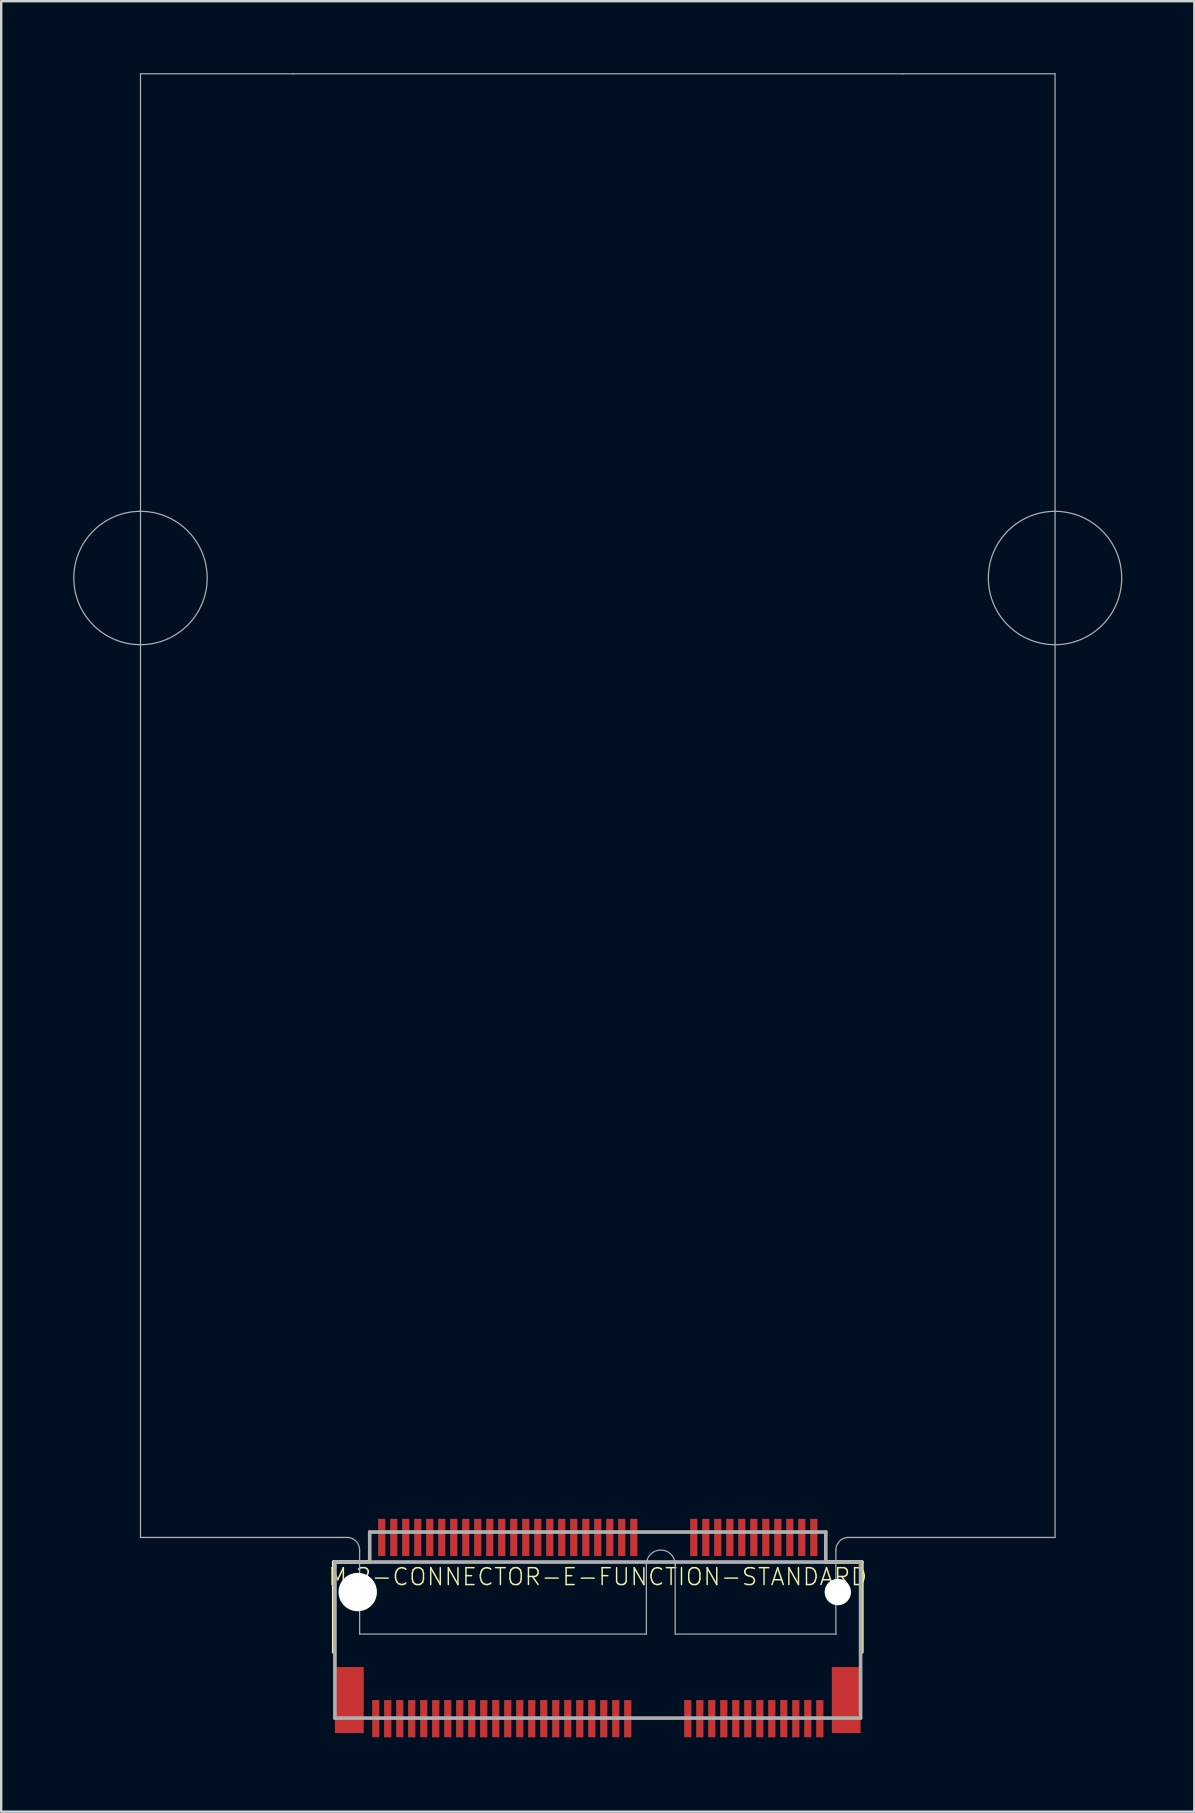
<source format=kicad_pcb>
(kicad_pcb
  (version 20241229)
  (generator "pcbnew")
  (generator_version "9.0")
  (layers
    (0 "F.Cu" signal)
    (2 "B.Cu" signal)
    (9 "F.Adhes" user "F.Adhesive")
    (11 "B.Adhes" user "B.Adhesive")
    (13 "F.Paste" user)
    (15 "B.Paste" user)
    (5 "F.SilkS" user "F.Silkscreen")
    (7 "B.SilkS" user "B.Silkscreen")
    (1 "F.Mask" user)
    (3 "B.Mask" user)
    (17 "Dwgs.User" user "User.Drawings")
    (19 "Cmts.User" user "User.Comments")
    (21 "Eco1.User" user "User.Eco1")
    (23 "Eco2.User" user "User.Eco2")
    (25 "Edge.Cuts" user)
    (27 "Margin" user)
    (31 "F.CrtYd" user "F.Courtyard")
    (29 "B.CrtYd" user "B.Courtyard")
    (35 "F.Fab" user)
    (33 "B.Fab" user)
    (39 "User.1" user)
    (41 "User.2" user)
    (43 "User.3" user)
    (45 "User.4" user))
  (footprint "M.2-CONNECTOR-E-FUNCTION-STANDARD"
    (layer "F.Cu")
    (at 21.853 63.275)
    (property "Reference" "M.2-CONNECTOR-E-FUNCTION-STANDARD" (at 0 -0.635 0) (unlocked yes) (layer "F.SilkS") (effects (font (size 0.701 0.701) (thickness 0.061))))
    (fp_line (start -11 2.5) (end -11 -1.25) (stroke (width 0.152) (type solid)) (layer "F.SilkS"))
    (fp_line (start -9.5 -1.25) (end -11 -1.25) (stroke (width 0.152) (type solid)) (layer "F.SilkS"))
    (fp_line (start 11 -1.25) (end 9.5 -1.25) (stroke (width 0.152) (type solid)) (layer "F.SilkS"))
    (fp_line (start 11 2.5) (end 11 -1.25) (stroke (width 0.152) (type solid)) (layer "F.SilkS"))
    (fp_poly (pts (xy -9.4 6.15) (xy -9.1 6.15) (xy -9.1 4.4) (xy -9.4 4.4)) (stroke (width 0) (type default)) (fill yes) (layer "F.Paste"))
    (fp_poly (pts (xy -9.15 -1.4) (xy -8.85 -1.4) (xy -8.85 -3.15) (xy -9.15 -3.15)) (stroke (width 0) (type default)) (fill yes) (layer "F.Paste"))
    (fp_poly (pts (xy -8.9 6.15) (xy -8.6 6.15) (xy -8.6 4.4) (xy -8.9 4.4)) (stroke (width 0) (type default)) (fill yes) (layer "F.Paste"))
    (fp_poly (pts (xy -8.65 -1.4) (xy -8.35 -1.4) (xy -8.35 -3.15) (xy -8.65 -3.15)) (stroke (width 0) (type default)) (fill yes) (layer "F.Paste"))
    (fp_poly (pts (xy -8.4 6.15) (xy -8.1 6.15) (xy -8.1 4.4) (xy -8.4 4.4)) (stroke (width 0) (type default)) (fill yes) (layer "F.Paste"))
    (fp_poly (pts (xy -8.15 -1.4) (xy -7.85 -1.4) (xy -7.85 -3.15) (xy -8.15 -3.15)) (stroke (width 0) (type default)) (fill yes) (layer "F.Paste"))
    (fp_poly (pts (xy -7.9 6.15) (xy -7.6 6.15) (xy -7.6 4.4) (xy -7.9 4.4)) (stroke (width 0) (type default)) (fill yes) (layer "F.Paste"))
    (fp_poly (pts (xy -7.65 -1.4) (xy -7.35 -1.4) (xy -7.35 -3.15) (xy -7.65 -3.15)) (stroke (width 0) (type default)) (fill yes) (layer "F.Paste"))
    (fp_poly (pts (xy -7.4 6.15) (xy -7.1 6.15) (xy -7.1 4.4) (xy -7.4 4.4)) (stroke (width 0) (type default)) (fill yes) (layer "F.Paste"))
    (fp_poly (pts (xy -7.15 -1.4) (xy -6.85 -1.4) (xy -6.85 -3.15) (xy -7.15 -3.15)) (stroke (width 0) (type default)) (fill yes) (layer "F.Paste"))
    (fp_poly (pts (xy -6.9 6.15) (xy -6.6 6.15) (xy -6.6 4.4) (xy -6.9 4.4)) (stroke (width 0) (type default)) (fill yes) (layer "F.Paste"))
    (fp_poly (pts (xy -6.65 -1.4) (xy -6.35 -1.4) (xy -6.35 -3.15) (xy -6.65 -3.15)) (stroke (width 0) (type default)) (fill yes) (layer "F.Paste"))
    (fp_poly (pts (xy -6.4 6.15) (xy -6.1 6.15) (xy -6.1 4.4) (xy -6.4 4.4)) (stroke (width 0) (type default)) (fill yes) (layer "F.Paste"))
    (fp_poly (pts (xy -6.15 -1.4) (xy -5.85 -1.4) (xy -5.85 -3.15) (xy -6.15 -3.15)) (stroke (width 0) (type default)) (fill yes) (layer "F.Paste"))
    (fp_poly (pts (xy -5.9 6.15) (xy -5.6 6.15) (xy -5.6 4.4) (xy -5.9 4.4)) (stroke (width 0) (type default)) (fill yes) (layer "F.Paste"))
    (fp_poly (pts (xy -5.65 -1.4) (xy -5.35 -1.4) (xy -5.35 -3.15) (xy -5.65 -3.15)) (stroke (width 0) (type default)) (fill yes) (layer "F.Paste"))
    (fp_poly (pts (xy -5.4 6.15) (xy -5.1 6.15) (xy -5.1 4.4) (xy -5.4 4.4)) (stroke (width 0) (type default)) (fill yes) (layer "F.Paste"))
    (fp_poly (pts (xy -5.15 -1.4) (xy -4.85 -1.4) (xy -4.85 -3.15) (xy -5.15 -3.15)) (stroke (width 0) (type default)) (fill yes) (layer "F.Paste"))
    (fp_poly (pts (xy -4.9 6.15) (xy -4.6 6.15) (xy -4.6 4.4) (xy -4.9 4.4)) (stroke (width 0) (type default)) (fill yes) (layer "F.Paste"))
    (fp_poly (pts (xy -4.65 -1.4) (xy -4.35 -1.4) (xy -4.35 -3.15) (xy -4.65 -3.15)) (stroke (width 0) (type default)) (fill yes) (layer "F.Paste"))
    (fp_poly (pts (xy -4.4 6.15) (xy -4.1 6.15) (xy -4.1 4.4) (xy -4.4 4.4)) (stroke (width 0) (type default)) (fill yes) (layer "F.Paste"))
    (fp_poly (pts (xy -4.15 -1.4) (xy -3.85 -1.4) (xy -3.85 -3.15) (xy -4.15 -3.15)) (stroke (width 0) (type default)) (fill yes) (layer "F.Paste"))
    (fp_poly (pts (xy -3.9 6.15) (xy -3.6 6.15) (xy -3.6 4.4) (xy -3.9 4.4)) (stroke (width 0) (type default)) (fill yes) (layer "F.Paste"))
    (fp_poly (pts (xy -3.65 -1.4) (xy -3.35 -1.4) (xy -3.35 -3.15) (xy -3.65 -3.15)) (stroke (width 0) (type default)) (fill yes) (layer "F.Paste"))
    (fp_poly (pts (xy -3.4 6.15) (xy -3.1 6.15) (xy -3.1 4.4) (xy -3.4 4.4)) (stroke (width 0) (type default)) (fill yes) (layer "F.Paste"))
    (fp_poly (pts (xy -3.15 -1.4) (xy -2.85 -1.4) (xy -2.85 -3.15) (xy -3.15 -3.15)) (stroke (width 0) (type default)) (fill yes) (layer "F.Paste"))
    (fp_poly (pts (xy -2.9 6.15) (xy -2.6 6.15) (xy -2.6 4.4) (xy -2.9 4.4)) (stroke (width 0) (type default)) (fill yes) (layer "F.Paste"))
    (fp_poly (pts (xy -2.65 -1.4) (xy -2.35 -1.4) (xy -2.35 -3.15) (xy -2.65 -3.15)) (stroke (width 0) (type default)) (fill yes) (layer "F.Paste"))
    (fp_poly (pts (xy -2.4 6.15) (xy -2.1 6.15) (xy -2.1 4.4) (xy -2.4 4.4)) (stroke (width 0) (type default)) (fill yes) (layer "F.Paste"))
    (fp_poly (pts (xy -2.15 -1.4) (xy -1.85 -1.4) (xy -1.85 -3.15) (xy -2.15 -3.15)) (stroke (width 0) (type default)) (fill yes) (layer "F.Paste"))
    (fp_poly (pts (xy -1.9 6.15) (xy -1.6 6.15) (xy -1.6 4.4) (xy -1.9 4.4)) (stroke (width 0) (type default)) (fill yes) (layer "F.Paste"))
    (fp_poly (pts (xy -1.65 -1.4) (xy -1.35 -1.4) (xy -1.35 -3.15) (xy -1.65 -3.15)) (stroke (width 0) (type default)) (fill yes) (layer "F.Paste"))
    (fp_poly (pts (xy -1.4 6.15) (xy -1.1 6.15) (xy -1.1 4.4) (xy -1.4 4.4)) (stroke (width 0) (type default)) (fill yes) (layer "F.Paste"))
    (fp_poly (pts (xy -1.15 -1.4) (xy -0.85 -1.4) (xy -0.85 -3.15) (xy -1.15 -3.15)) (stroke (width 0) (type default)) (fill yes) (layer "F.Paste"))
    (fp_poly (pts (xy -0.9 6.15) (xy -0.6 6.15) (xy -0.6 4.4) (xy -0.9 4.4)) (stroke (width 0) (type default)) (fill yes) (layer "F.Paste"))
    (fp_poly (pts (xy -0.65 -1.4) (xy -0.35 -1.4) (xy -0.35 -3.15) (xy -0.65 -3.15)) (stroke (width 0) (type default)) (fill yes) (layer "F.Paste"))
    (fp_poly (pts (xy -0.4 6.15) (xy -0.1 6.15) (xy -0.1 4.4) (xy -0.4 4.4)) (stroke (width 0) (type default)) (fill yes) (layer "F.Paste"))
    (fp_poly (pts (xy -0.15 -1.4) (xy 0.15 -1.4) (xy 0.15 -3.15) (xy -0.15 -3.15)) (stroke (width 0) (type default)) (fill yes) (layer "F.Paste"))
    (fp_poly (pts (xy 0.1 6.15) (xy 0.4 6.15) (xy 0.4 4.4) (xy 0.1 4.4)) (stroke (width 0) (type default)) (fill yes) (layer "F.Paste"))
    (fp_poly (pts (xy 0.35 -1.4) (xy 0.65 -1.4) (xy 0.65 -3.15) (xy 0.35 -3.15)) (stroke (width 0) (type default)) (fill yes) (layer "F.Paste"))
    (fp_poly (pts (xy 0.6 6.15) (xy 0.9 6.15) (xy 0.9 4.4) (xy 0.6 4.4)) (stroke (width 0) (type default)) (fill yes) (layer "F.Paste"))
    (fp_poly (pts (xy 0.85 -1.4) (xy 1.15 -1.4) (xy 1.15 -3.15) (xy 0.85 -3.15)) (stroke (width 0) (type default)) (fill yes) (layer "F.Paste"))
    (fp_poly (pts (xy 1.1 6.15) (xy 1.4 6.15) (xy 1.4 4.4) (xy 1.1 4.4)) (stroke (width 0) (type default)) (fill yes) (layer "F.Paste"))
    (fp_poly (pts (xy 1.35 -1.4) (xy 1.65 -1.4) (xy 1.65 -3.15) (xy 1.35 -3.15)) (stroke (width 0) (type default)) (fill yes) (layer "F.Paste"))
    (fp_poly (pts (xy 3.6 6.15) (xy 3.9 6.15) (xy 3.9 4.4) (xy 3.6 4.4)) (stroke (width 0) (type default)) (fill yes) (layer "F.Paste"))
    (fp_poly (pts (xy 3.85 -1.4) (xy 4.15 -1.4) (xy 4.15 -3.15) (xy 3.85 -3.15)) (stroke (width 0) (type default)) (fill yes) (layer "F.Paste"))
    (fp_poly (pts (xy 4.1 6.15) (xy 4.4 6.15) (xy 4.4 4.4) (xy 4.1 4.4)) (stroke (width 0) (type default)) (fill yes) (layer "F.Paste"))
    (fp_poly (pts (xy 4.35 -1.4) (xy 4.65 -1.4) (xy 4.65 -3.15) (xy 4.35 -3.15)) (stroke (width 0) (type default)) (fill yes) (layer "F.Paste"))
    (fp_poly (pts (xy 4.6 6.15) (xy 4.9 6.15) (xy 4.9 4.4) (xy 4.6 4.4)) (stroke (width 0) (type default)) (fill yes) (layer "F.Paste"))
    (fp_poly (pts (xy 4.85 -1.4) (xy 5.15 -1.4) (xy 5.15 -3.15) (xy 4.85 -3.15)) (stroke (width 0) (type default)) (fill yes) (layer "F.Paste"))
    (fp_poly (pts (xy 5.1 6.15) (xy 5.4 6.15) (xy 5.4 4.4) (xy 5.1 4.4)) (stroke (width 0) (type default)) (fill yes) (layer "F.Paste"))
    (fp_poly (pts (xy 5.35 -1.4) (xy 5.65 -1.4) (xy 5.65 -3.15) (xy 5.35 -3.15)) (stroke (width 0) (type default)) (fill yes) (layer "F.Paste"))
    (fp_poly (pts (xy 5.6 6.15) (xy 5.9 6.15) (xy 5.9 4.4) (xy 5.6 4.4)) (stroke (width 0) (type default)) (fill yes) (layer "F.Paste"))
    (fp_poly (pts (xy 5.85 -1.4) (xy 6.15 -1.4) (xy 6.15 -3.15) (xy 5.85 -3.15)) (stroke (width 0) (type default)) (fill yes) (layer "F.Paste"))
    (fp_poly (pts (xy 6.1 6.15) (xy 6.4 6.15) (xy 6.4 4.4) (xy 6.1 4.4)) (stroke (width 0) (type default)) (fill yes) (layer "F.Paste"))
    (fp_poly (pts (xy 6.35 -1.4) (xy 6.65 -1.4) (xy 6.65 -3.15) (xy 6.35 -3.15)) (stroke (width 0) (type default)) (fill yes) (layer "F.Paste"))
    (fp_poly (pts (xy 6.6 6.15) (xy 6.9 6.15) (xy 6.9 4.4) (xy 6.6 4.4)) (stroke (width 0) (type default)) (fill yes) (layer "F.Paste"))
    (fp_poly (pts (xy 6.85 -1.4) (xy 7.15 -1.4) (xy 7.15 -3.15) (xy 6.85 -3.15)) (stroke (width 0) (type default)) (fill yes) (layer "F.Paste"))
    (fp_poly (pts (xy 7.1 6.15) (xy 7.4 6.15) (xy 7.4 4.4) (xy 7.1 4.4)) (stroke (width 0) (type default)) (fill yes) (layer "F.Paste"))
    (fp_poly (pts (xy 7.35 -1.4) (xy 7.65 -1.4) (xy 7.65 -3.15) (xy 7.35 -3.15)) (stroke (width 0) (type default)) (fill yes) (layer "F.Paste"))
    (fp_poly (pts (xy 7.6 6.15) (xy 7.9 6.15) (xy 7.9 4.4) (xy 7.6 4.4)) (stroke (width 0) (type default)) (fill yes) (layer "F.Paste"))
    (fp_poly (pts (xy 7.85 -1.4) (xy 8.15 -1.4) (xy 8.15 -3.15) (xy 7.85 -3.15)) (stroke (width 0) (type default)) (fill yes) (layer "F.Paste"))
    (fp_poly (pts (xy 8.1 6.15) (xy 8.4 6.15) (xy 8.4 4.4) (xy 8.1 4.4)) (stroke (width 0) (type default)) (fill yes) (layer "F.Paste"))
    (fp_poly (pts (xy 8.35 -1.4) (xy 8.65 -1.4) (xy 8.65 -3.15) (xy 8.35 -3.15)) (stroke (width 0) (type default)) (fill yes) (layer "F.Paste"))
    (fp_poly (pts (xy 8.6 6.15) (xy 8.9 6.15) (xy 8.9 4.4) (xy 8.6 4.4)) (stroke (width 0) (type default)) (fill yes) (layer "F.Paste"))
    (fp_poly (pts (xy 8.85 -1.4) (xy 9.15 -1.4) (xy 9.15 -3.15) (xy 8.85 -3.15)) (stroke (width 0) (type default)) (fill yes) (layer "F.Paste"))
    (fp_poly (pts (xy 9.1 6.15) (xy 9.4 6.15) (xy 9.4 4.4) (xy 9.1 4.4)) (stroke (width 0) (type default)) (fill yes) (layer "F.Paste"))
    (fp_line (start -19.05 -63.25) (end -12.7 -63.25) (stroke (width 0.051) (type solid)) (layer "F.Fab"))
    (fp_line (start -19.05 -2.275) (end -19.05 -63.25) (stroke (width 0.051) (type solid)) (layer "F.Fab"))
    (fp_line (start -12.7 -63.25) (end 12.7 -63.25) (stroke (width 0.051) (type solid)) (layer "F.Fab"))
    (fp_line (start -10.95 -1.25) (end -10.95 5.25) (stroke (width 0.152) (type solid)) (layer "F.Fab"))
    (fp_line (start -10.95 5.25) (end 10.95 5.25) (stroke (width 0.152) (type solid)) (layer "F.Fab"))
    (fp_line (start -10.4 -2.275) (end -19.05 -2.275) (stroke (width 0.051) (type solid)) (layer "F.Fab"))
    (fp_line (start -9.92 1.75) (end -9.92 -1.75) (stroke (width 0.051) (type solid)) (layer "F.Fab"))
    (fp_line (start -9.5 -2.5) (end -9.5 -1.25) (stroke (width 0.152) (type solid)) (layer "F.Fab"))
    (fp_line (start -9.5 -1.25) (end -10.95 -1.25) (stroke (width 0.152) (type solid)) (layer "F.Fab"))
    (fp_line (start 2.025 -1.15) (end 2.025 1.75) (stroke (width 0.051) (type solid)) (layer "F.Fab"))
    (fp_line (start 2.03 1.75) (end -9.92 1.75) (stroke (width 0.051) (type solid)) (layer "F.Fab"))
    (fp_line (start 3.225 -1.15) (end 3.225 1.75) (stroke (width 0.051) (type solid)) (layer "F.Fab"))
    (fp_line (start 9.5 -2.5) (end -9.5 -2.5) (stroke (width 0.152) (type solid)) (layer "F.Fab"))
    (fp_line (start 9.5 -2.5) (end 9.5 -1.25) (stroke (width 0.152) (type solid)) (layer "F.Fab"))
    (fp_line (start 9.5 -1.25) (end -9.5 -1.25) (stroke (width 0.152) (type solid)) (layer "F.Fab"))
    (fp_line (start 9.92 -1.75) (end 9.92 1.75) (stroke (width 0.051) (type solid)) (layer "F.Fab"))
    (fp_line (start 9.93 1.75) (end 3.23 1.75) (stroke (width 0.051) (type solid)) (layer "F.Fab"))
    (fp_line (start 10.4 -2.275) (end 19.05 -2.275) (stroke (width 0.051) (type solid)) (layer "F.Fab"))
    (fp_line (start 10.95 -1.25) (end 9.5 -1.25) (stroke (width 0.152) (type solid)) (layer "F.Fab"))
    (fp_line (start 10.95 5.25) (end 10.95 -1.25) (stroke (width 0.152) (type solid)) (layer "F.Fab"))
    (fp_line (start 12.7 -63.25) (end 19.05 -63.25) (stroke (width 0.051) (type solid)) (layer "F.Fab"))
    (fp_line (start 19.05 -2.275) (end 19.05 -63.25) (stroke (width 0.051) (type solid)) (layer "F.Fab"))
    (fp_arc (start -10.4 -2.275) (mid -10.059471 -2.104412) (end -9.919998 -1.75) (stroke (width 0.0508) (type solid)) (layer "F.Fab"))
    (fp_arc (start 2.025 -1.15) (mid 2.625 -1.75) (end 3.225 -1.15) (stroke (width 0.0508) (type solid)) (layer "F.Fab"))
    (fp_arc (start 9.919999 -1.750001) (mid 10.057986 -2.10577) (end 10.4 -2.275) (stroke (width 0.0508) (type solid)) (layer "F.Fab"))
    (fp_circle (center -19.05 -42.245) (end -16.272 -42.245) (stroke (width 0.051) (type solid)) (fill no) (layer "F.Fab"))
    (fp_circle (center 19.05 -42.245) (end 21.828 -42.245) (stroke (width 0.051) (type solid)) (fill no) (layer "F.Fab"))
    (pad "" np_thru_hole circle (at -10 0) (size 1.6 1.6) (drill 1.6) (layers "*.Cu" "*.Mask"))
    (pad "" np_thru_hole circle (at 10 0) (size 1.1 1.1) (drill 1.1) (layers "*.Cu" "*.Mask"))
    (pad "1" smd rect (at 9.25 5.275 180) (size 0.3 1.55) (layers "F.Cu" "F.Mask"))
    (pad "2" smd rect (at 9 -2.275 180) (size 0.3 1.55) (layers "F.Cu" "F.Mask"))
    (pad "3" smd rect (at 8.75 5.275 180) (size 0.3 1.55) (layers "F.Cu" "F.Mask"))
    (pad "4" smd rect (at 8.5 -2.275 180) (size 0.3 1.55) (layers "F.Cu" "F.Mask"))
    (pad "5" smd rect (at 8.25 5.275 180) (size 0.3 1.55) (layers "F.Cu" "F.Mask"))
    (pad "6" smd rect (at 8 -2.275 180) (size 0.3 1.55) (layers "F.Cu" "F.Mask"))
    (pad "7" smd rect (at 7.75 5.275 180) (size 0.3 1.55) (layers "F.Cu" "F.Mask"))
    (pad "8" smd rect (at 7.5 -2.275 180) (size 0.3 1.55) (layers "F.Cu" "F.Mask"))
    (pad "9" smd rect (at 7.25 5.275 180) (size 0.3 1.55) (layers "F.Cu" "F.Mask"))
    (pad "10" smd rect (at 7 -2.275 180) (size 0.3 1.55) (layers "F.Cu" "F.Mask"))
    (pad "11" smd rect (at 6.75 5.275 180) (size 0.3 1.55) (layers "F.Cu" "F.Mask"))
    (pad "12" smd rect (at 6.5 -2.275 180) (size 0.3 1.55) (layers "F.Cu" "F.Mask"))
    (pad "13" smd rect (at 6.25 5.275 180) (size 0.3 1.55) (layers "F.Cu" "F.Mask"))
    (pad "14" smd rect (at 6 -2.275 180) (size 0.3 1.55) (layers "F.Cu" "F.Mask"))
    (pad "15" smd rect (at 5.75 5.275 180) (size 0.3 1.55) (layers "F.Cu" "F.Mask"))
    (pad "16" smd rect (at 5.5 -2.275 180) (size 0.3 1.55) (layers "F.Cu" "F.Mask"))
    (pad "17" smd rect (at 5.25 5.275 180) (size 0.3 1.55) (layers "F.Cu" "F.Mask"))
    (pad "18" smd rect (at 5 -2.275 180) (size 0.3 1.55) (layers "F.Cu" "F.Mask"))
    (pad "19" smd rect (at 4.75 5.275 180) (size 0.3 1.55) (layers "F.Cu" "F.Mask"))
    (pad "20" smd rect (at 4.5 -2.275 180) (size 0.3 1.55) (layers "F.Cu" "F.Mask"))
    (pad "21" smd rect (at 4.25 5.275 180) (size 0.3 1.55) (layers "F.Cu" "F.Mask"))
    (pad "22" smd rect (at 4 -2.275 180) (size 0.3 1.55) (layers "F.Cu" "F.Mask"))
    (pad "23" smd rect (at 3.75 5.275 180) (size 0.3 1.55) (layers "F.Cu" "F.Mask"))
    (pad "32" smd rect (at 1.5 -2.275 180) (size 0.3 1.55) (layers "F.Cu" "F.Mask"))
    (pad "33" smd rect (at 1.25 5.275 180) (size 0.3 1.55) (layers "F.Cu" "F.Mask"))
    (pad "34" smd rect (at 1 -2.275 180) (size 0.3 1.55) (layers "F.Cu" "F.Mask"))
    (pad "35" smd rect (at 0.75 5.275 180) (size 0.3 1.55) (layers "F.Cu" "F.Mask"))
    (pad "36" smd rect (at 0.5 -2.275 180) (size 0.3 1.55) (layers "F.Cu" "F.Mask"))
    (pad "37" smd rect (at 0.25 5.275 180) (size 0.3 1.55) (layers "F.Cu" "F.Mask"))
    (pad "38" smd rect (at 0 -2.275 180) (size 0.3 1.55) (layers "F.Cu" "F.Mask"))
    (pad "39" smd rect (at -0.25 5.275 180) (size 0.3 1.55) (layers "F.Cu" "F.Mask"))
    (pad "40" smd rect (at -0.5 -2.275 180) (size 0.3 1.55) (layers "F.Cu" "F.Mask"))
    (pad "41" smd rect (at -0.75 5.275 180) (size 0.3 1.55) (layers "F.Cu" "F.Mask"))
    (pad "42" smd rect (at -1 -2.275 180) (size 0.3 1.55) (layers "F.Cu" "F.Mask"))
    (pad "43" smd rect (at -1.25 5.275 180) (size 0.3 1.55) (layers "F.Cu" "F.Mask"))
    (pad "44" smd rect (at -1.5 -2.275 180) (size 0.3 1.55) (layers "F.Cu" "F.Mask"))
    (pad "45" smd rect (at -1.75 5.275 180) (size 0.3 1.55) (layers "F.Cu" "F.Mask"))
    (pad "46" smd rect (at -2 -2.275 180) (size 0.3 1.55) (layers "F.Cu" "F.Mask"))
    (pad "47" smd rect (at -2.25 5.275 180) (size 0.3 1.55) (layers "F.Cu" "F.Mask"))
    (pad "48" smd rect (at -2.5 -2.275 180) (size 0.3 1.55) (layers "F.Cu" "F.Mask"))
    (pad "49" smd rect (at -2.75 5.275 180) (size 0.3 1.55) (layers "F.Cu" "F.Mask"))
    (pad "50" smd rect (at -3 -2.275 180) (size 0.3 1.55) (layers "F.Cu" "F.Mask"))
    (pad "51" smd rect (at -3.25 5.275 180) (size 0.3 1.55) (layers "F.Cu" "F.Mask"))
    (pad "52" smd rect (at -3.5 -2.275 180) (size 0.3 1.55) (layers "F.Cu" "F.Mask"))
    (pad "53" smd rect (at -3.75 5.275 180) (size 0.3 1.55) (layers "F.Cu" "F.Mask"))
    (pad "54" smd rect (at -4 -2.275 180) (size 0.3 1.55) (layers "F.Cu" "F.Mask"))
    (pad "55" smd rect (at -4.25 5.275 180) (size 0.3 1.55) (layers "F.Cu" "F.Mask"))
    (pad "56" smd rect (at -4.5 -2.275 180) (size 0.3 1.55) (layers "F.Cu" "F.Mask"))
    (pad "57" smd rect (at -4.75 5.275 180) (size 0.3 1.55) (layers "F.Cu" "F.Mask"))
    (pad "58" smd rect (at -5 -2.275 180) (size 0.3 1.55) (layers "F.Cu" "F.Mask"))
    (pad "59" smd rect (at -5.25 5.275 180) (size 0.3 1.55) (layers "F.Cu" "F.Mask"))
    (pad "60" smd rect (at -5.5 -2.275 180) (size 0.3 1.55) (layers "F.Cu" "F.Mask"))
    (pad "61" smd rect (at -5.75 5.275 180) (size 0.3 1.55) (layers "F.Cu" "F.Mask"))
    (pad "62" smd rect (at -6 -2.275 180) (size 0.3 1.55) (layers "F.Cu" "F.Mask"))
    (pad "63" smd rect (at -6.25 5.275 180) (size 0.3 1.55) (layers "F.Cu" "F.Mask"))
    (pad "64" smd rect (at -6.5 -2.275 180) (size 0.3 1.55) (layers "F.Cu" "F.Mask"))
    (pad "65" smd rect (at -6.75 5.275 180) (size 0.3 1.55) (layers "F.Cu" "F.Mask"))
    (pad "66" smd rect (at -7 -2.275 180) (size 0.3 1.55) (layers "F.Cu" "F.Mask"))
    (pad "67" smd rect (at -7.25 5.275 180) (size 0.3 1.55) (layers "F.Cu" "F.Mask"))
    (pad "68" smd rect (at -7.5 -2.275 180) (size 0.3 1.55) (layers "F.Cu" "F.Mask"))
    (pad "69" smd rect (at -7.75 5.275 180) (size 0.3 1.55) (layers "F.Cu" "F.Mask"))
    (pad "70" smd rect (at -8 -2.275 180) (size 0.3 1.55) (layers "F.Cu" "F.Mask"))
    (pad "71" smd rect (at -8.25 5.275 180) (size 0.3 1.55) (layers "F.Cu" "F.Mask"))
    (pad "72" smd rect (at -8.5 -2.275 180) (size 0.3 1.55) (layers "F.Cu" "F.Mask"))
    (pad "73" smd rect (at -8.75 5.275 180) (size 0.3 1.55) (layers "F.Cu" "F.Mask"))
    (pad "74" smd rect (at -9 -2.275 180) (size 0.3 1.55) (layers "F.Cu" "F.Mask"))
    (pad "75" smd rect (at -9.25 5.275 180) (size 0.3 1.55) (layers "F.Cu" "F.Mask"))
    (pad "A1" smd rect (at 10.35 4.5 180) (size 1.2 2.75) (layers "F.Cu" "F.Mask" "F.Paste"))
    (pad "A2" smd rect (at -10.35 4.5 180) (size 1.2 2.75) (layers "F.Cu" "F.Mask" "F.Paste")))
  (gr_rect
    (start -3 -3)
    (end 46.706 72.425)
    (stroke (width 0.1) (type default))
    (fill no)
    (layer "Edge.Cuts")))
</source>
